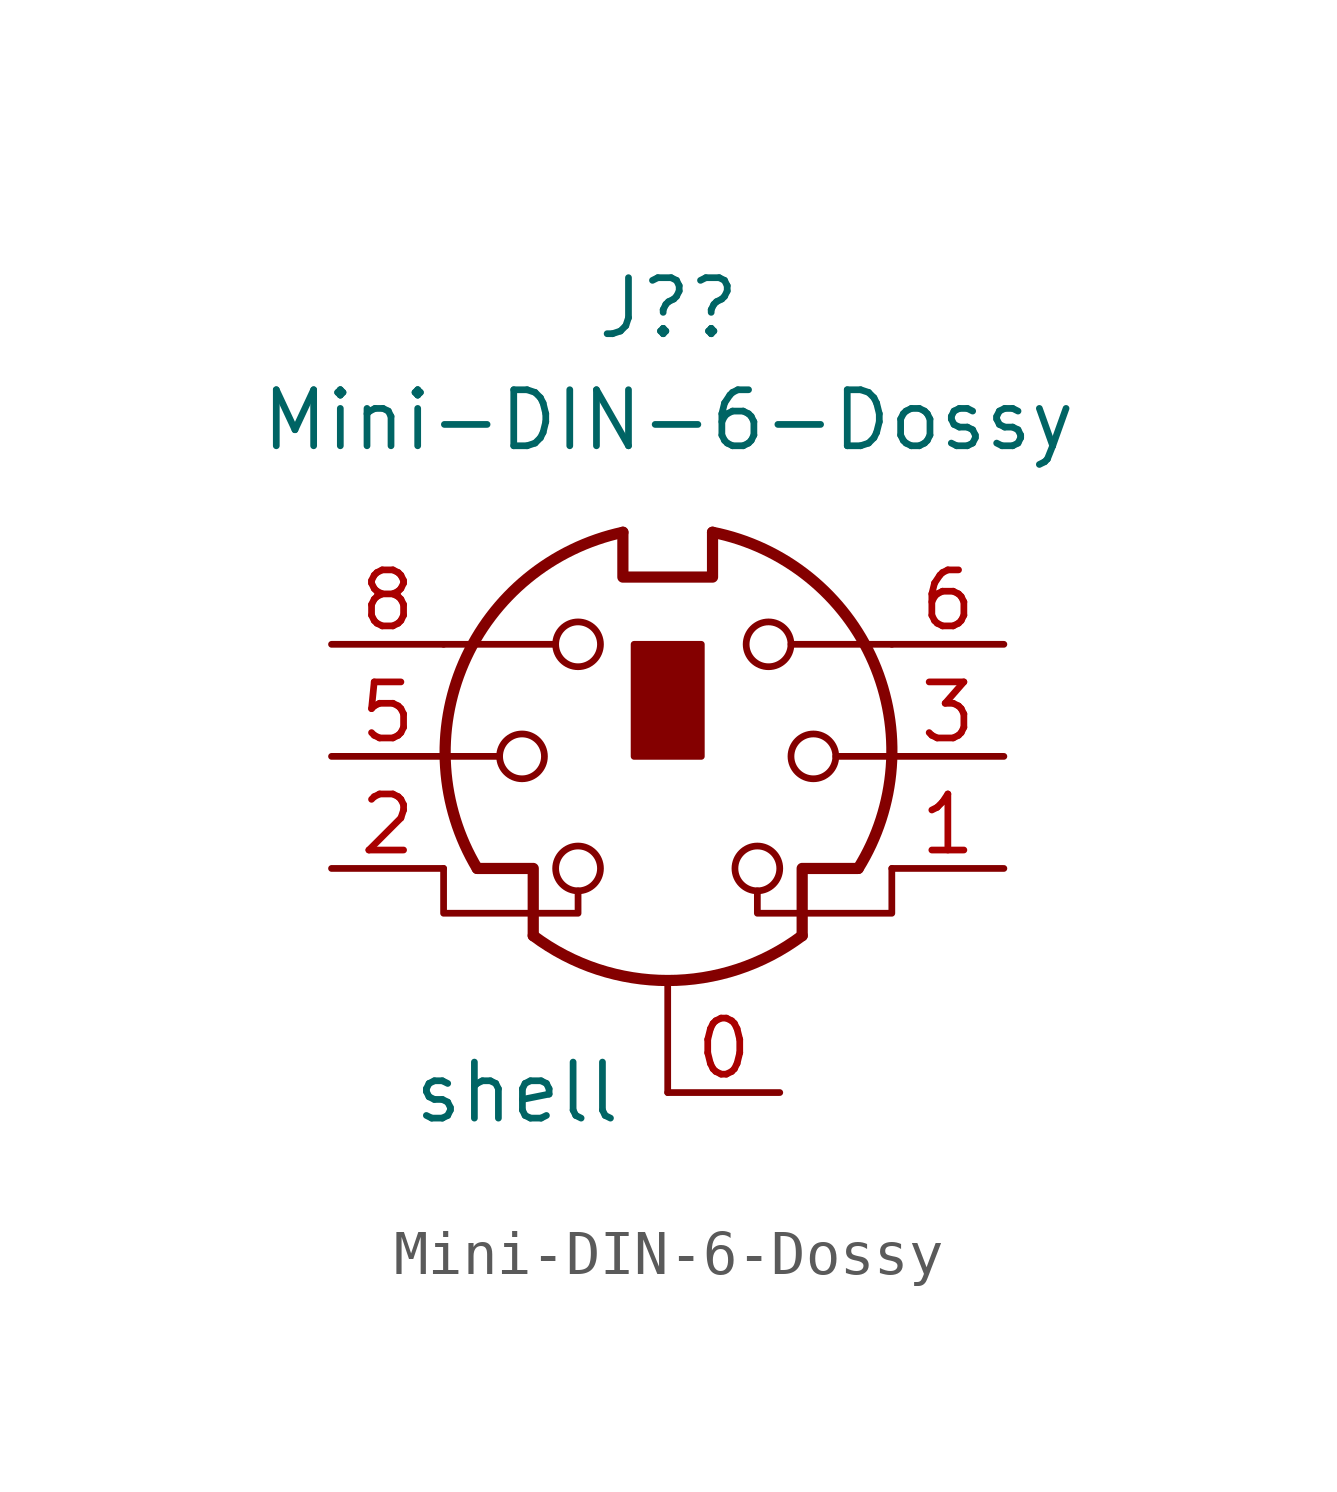
<source format=kicad_sym>
(kicad_symbol_lib
  (version 20211014)
  (generator kicad_symbol_editor)
  (symbol "Mini-DIN-6-Dossy"
    (pin_names
      (offset 1.016))
    (property "Reference" "J?"
      (at 0.018 10.16 0)
      (effects (font (size 1.27 1.27))))
    (property "Value" "Mini-DIN-6-Dossy"
      (at 0.018 7.62 0)
      (effects (font (size 1.27 1.27))))
    (symbol "Mini-DIN-6-Dossy_0_1"
      (circle (center -3.302 0) (radius 0.508) (stroke (width 0) (type default) (color 0 0 0 0)) (fill (type none)))
      (arc (start -3.048 -4.064) (mid 0 -5.08) (end 3.048 -4.064) (stroke (width 0.254) (type default) (color 0 0 0 0)) (fill (type none)))
      (circle (center -2.032 -2.54) (radius 0.508) (stroke (width 0) (type default) (color 0 0 0 0)) (fill (type none)))
      (circle (center -2.032 2.54) (radius 0.508) (stroke (width 0) (type default) (color 0 0 0 0)) (fill (type none)))
      (arc (start -1.016 5.08) (mid -4.6228 2.1214) (end -4.318 -2.54) (stroke (width 0.254) (type default) (color 0 0 0 0)) (fill (type none)))
      (rectangle (start -0.762 2.54) (end 0.762 0) (stroke (width 0) (type default) (color 0 0 0 0)) (fill (type outline)))
      (polyline (pts (xy -3.81 0) (xy -5.08 0)) (stroke (width 0) (type default) (color 0 0 0 0)) (fill (type none)))
      (polyline (pts (xy -2.54 2.54) (xy -5.08 2.54)) (stroke (width 0) (type default) (color 0 0 0 0)) (fill (type none)))
      (polyline (pts (xy 0 -7.62) (xy 0 -5.08)) (stroke (width 0) (type default) (color 0 0 0 0)) (fill (type none)))
      (polyline (pts (xy 2.794 2.54) (xy 5.08 2.54)) (stroke (width 0) (type default) (color 0 0 0 0)) (fill (type none)))
      (polyline (pts (xy 5.08 0) (xy 3.81 0)) (stroke (width 0) (type default) (color 0 0 0 0)) (fill (type none)))
      (polyline (pts (xy -4.318 -2.54) (xy -3.048 -2.54) (xy -3.048 -4.064)) (stroke (width 0.254) (type default) (color 0 0 0 0)) (fill (type none)))
      (polyline (pts (xy 4.318 -2.54) (xy 3.048 -2.54) (xy 3.048 -4.064)) (stroke (width 0.254) (type default) (color 0 0 0 0)) (fill (type none)))
      (polyline (pts (xy -2.032 -3.048) (xy -2.032 -3.556) (xy -5.08 -3.556) (xy -5.08 -2.54)) (stroke (width 0) (type default) (color 0 0 0 0)) (fill (type none)))
      (polyline (pts (xy -1.016 5.08) (xy -1.016 4.064) (xy 1.016 4.064) (xy 1.016 5.08)) (stroke (width 0.254) (type default) (color 0 0 0 0)) (fill (type none)))
      (polyline (pts (xy 2.032 -3.048) (xy 2.032 -3.556) (xy 5.08 -3.556) (xy 5.08 -2.54)) (stroke (width 0) (type default) (color 0 0 0 0)) (fill (type none)))
      (circle (center 2.032 -2.54) (radius 0.508) (stroke (width 0) (type default) (color 0 0 0 0)) (fill (type none)))
      (circle (center 2.286 2.54) (radius 0.508) (stroke (width 0) (type default) (color 0 0 0 0)) (fill (type none)))
      (circle (center 3.302 0) (radius 0.508) (stroke (width 0) (type default) (color 0 0 0 0)) (fill (type none)))
      (arc (start 4.318 -2.54) (mid 4.6661 2.1322) (end 1.016 5.08) (stroke (width 0.254) (type default) (color 0 0 0 0)) (fill (type none))))
    (symbol "Mini-DIN-6-Dossy_1_1"
      (pin passive line (at 2.54 -7.62 180) (length 2.54) (name "shell" (effects (font (size 1.27 1.27)))) (number "0" (effects (font (size 1.27 1.27)))))
      (pin passive line (at 7.62 -2.54 180) (length 2.54) (name "~" (effects (font (size 1.27 1.27)))) (number "1" (effects (font (size 1.27 1.27)))))
      (pin passive line (at -7.62 -2.54 0) (length 2.54) (name "~" (effects (font (size 1.27 1.27)))) (number "2" (effects (font (size 1.27 1.27)))))
      (pin passive line (at 7.62 0 180) (length 2.54) (name "~" (effects (font (size 1.27 1.27)))) (number "3" (effects (font (size 1.27 1.27)))))
      (pin passive line (at -7.62 0 0) (length 2.54) (name "~" (effects (font (size 1.27 1.27)))) (number "5" (effects (font (size 1.27 1.27)))))
      (pin passive line (at 7.62 2.54 180) (length 2.54) (name "~" (effects (font (size 1.27 1.27)))) (number "6" (effects (font (size 1.27 1.27)))))
      (pin passive line (at -7.62 2.54 0) (length 2.54) (name "~" (effects (font (size 1.27 1.27)))) (number "8" (effects (font (size 1.27 1.27))))))))
</source>
